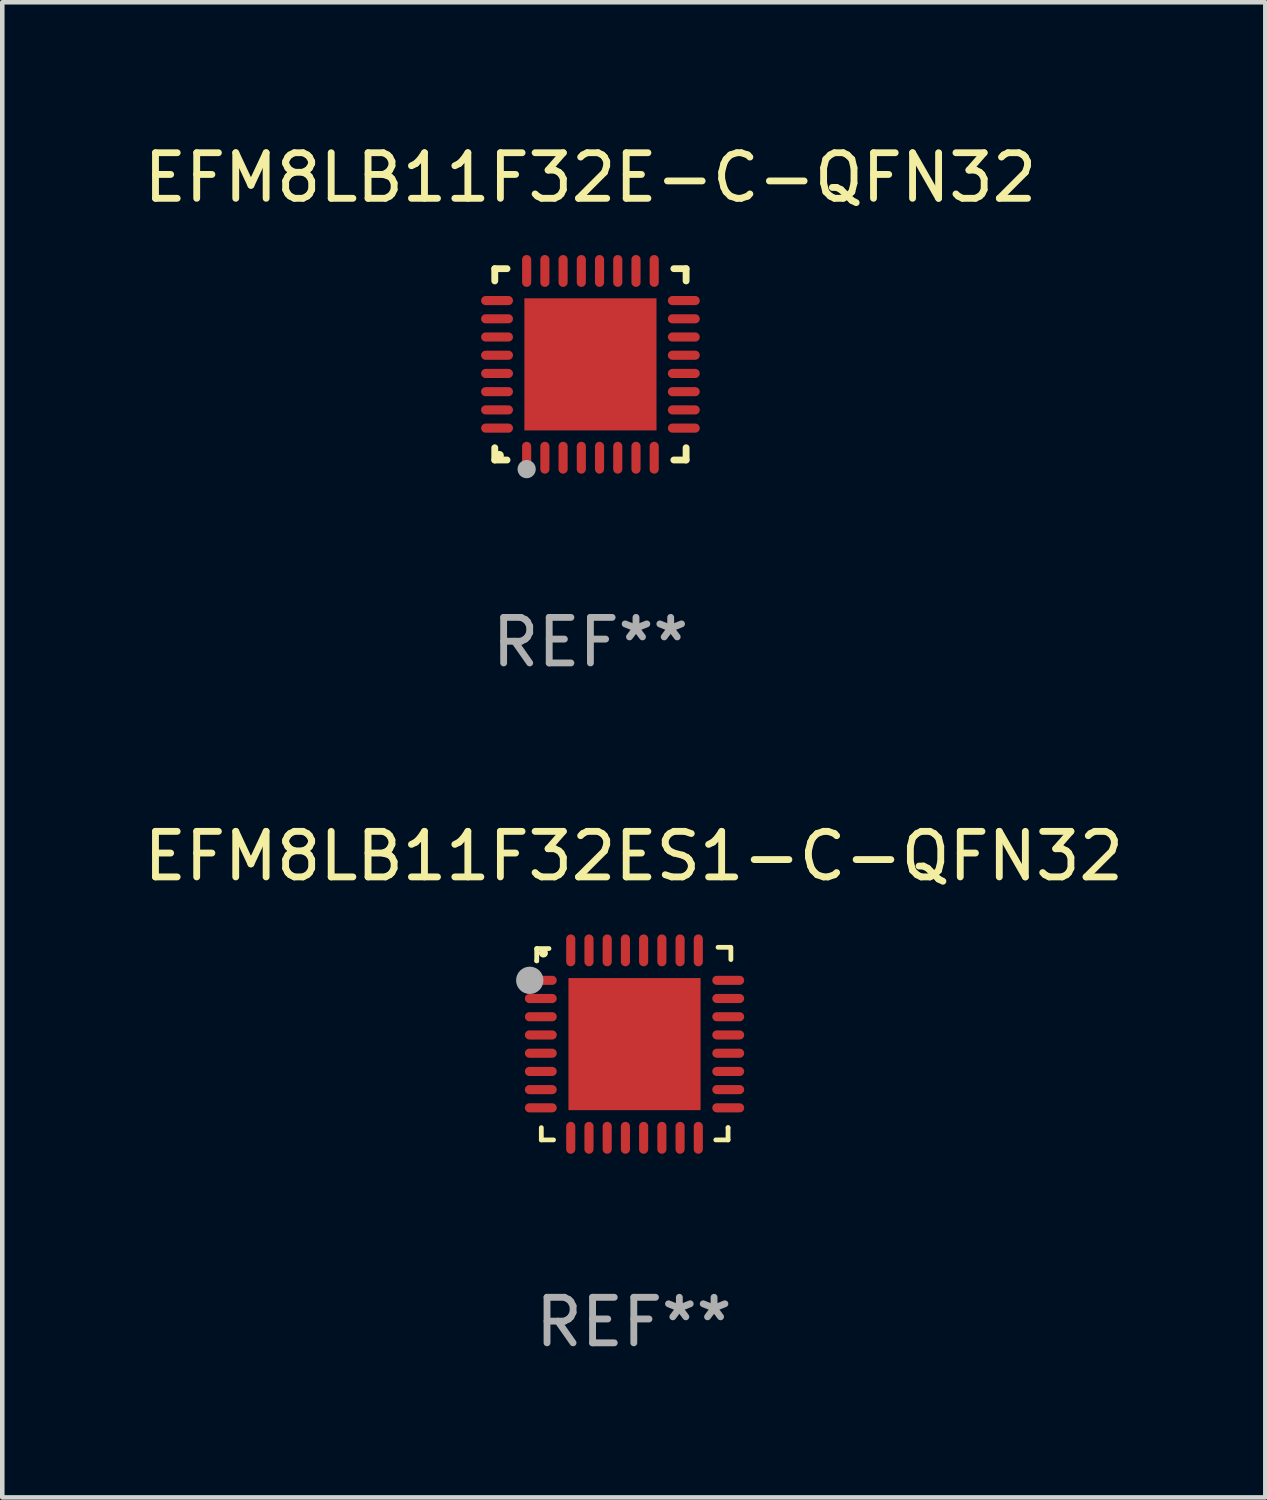
<source format=kicad_pcb>
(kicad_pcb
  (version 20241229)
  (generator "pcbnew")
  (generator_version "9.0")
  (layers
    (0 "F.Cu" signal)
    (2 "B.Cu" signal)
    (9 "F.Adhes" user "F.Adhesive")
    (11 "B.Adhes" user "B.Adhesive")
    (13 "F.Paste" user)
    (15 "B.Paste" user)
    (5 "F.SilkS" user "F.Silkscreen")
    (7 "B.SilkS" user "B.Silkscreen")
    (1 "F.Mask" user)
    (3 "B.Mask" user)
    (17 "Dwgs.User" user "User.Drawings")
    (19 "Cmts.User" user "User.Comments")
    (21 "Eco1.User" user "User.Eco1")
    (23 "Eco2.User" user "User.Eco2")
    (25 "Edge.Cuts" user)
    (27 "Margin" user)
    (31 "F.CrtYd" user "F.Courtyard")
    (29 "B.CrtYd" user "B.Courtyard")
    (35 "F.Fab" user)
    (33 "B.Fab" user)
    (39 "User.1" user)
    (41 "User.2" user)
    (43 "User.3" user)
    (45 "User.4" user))
  (footprint "EFM8LB11F32ES1-C-QFN32"
    (layer "F.Cu")
    (at 10.863 19.859)
    (property "Reference" "EFM8LB11F32ES1-C-QFN32" (at 0 -4.114 0) (layer "F.SilkS") (effects (font (size 1 1) (thickness 0.15))))
    (attr through_hole)
    (fp_line (start -2.131 -2.081) (end -2.131 -1.817) (stroke (width 0.105) (type solid)) (layer "F.SilkS"))
    (fp_line (start -2.131 -1.817) (end -2.131 -1.817) (stroke (width 0.105) (type solid)) (layer "F.SilkS"))
    (fp_line (start -2.126 -2.086) (end -2.131 -2.081) (stroke (width 0.105) (type solid)) (layer "F.SilkS"))
    (fp_line (start -2.03 1.845) (end -2.03 2.114) (stroke (width 0.105) (type solid)) (layer "F.SilkS"))
    (fp_line (start -2.03 2.114) (end -1.762 2.114) (stroke (width 0.105) (type solid)) (layer "F.SilkS"))
    (fp_line (start -1.862 -2.086) (end -2.126 -2.086) (stroke (width 0.105) (type solid)) (layer "F.SilkS"))
    (fp_line (start 1.8 2.114) (end 2.069 2.114) (stroke (width 0.105) (type solid)) (layer "F.SilkS"))
    (fp_line (start 2.069 1.845) (end 2.069 1.845) (stroke (width 0.105) (type solid)) (layer "F.SilkS"))
    (fp_line (start 2.069 2.114) (end 2.069 1.845) (stroke (width 0.105) (type solid)) (layer "F.SilkS"))
    (fp_line (start 2.118 -2.114) (end 1.849 -2.114) (stroke (width 0.105) (type solid)) (layer "F.SilkS"))
    (fp_line (start 2.131 -1.845) (end 2.131 -2.114) (stroke (width 0.105) (type solid)) (layer "F.SilkS"))
    (fp_circle (center -1.984 -1.989) (end -1.934 -1.989) (stroke (width 0.1) (type solid)) (fill no) (layer "F.SilkS"))
    (fp_circle (center -2.284 -1.389) (end -2.134 -1.389) (stroke (width 0.3) (type solid)) (fill no) (layer "F.Fab"))
    (fp_text user "REF**" (at 0 6.114 0) (layer "F.Fab") (effects (font (size 1 1) (thickness 0.15))))
    (pad "1" smd oval (at -2.041 -1.389) (size 0.7 0.2) (layers "F.Cu" "F.Mask" "F.Paste"))
    (pad "2" smd oval (at -2.041 -0.99) (size 0.7 0.2) (layers "F.Cu" "F.Mask" "F.Paste"))
    (pad "3" smd oval (at -2.041 -0.59) (size 0.7 0.2) (layers "F.Cu" "F.Mask" "F.Paste"))
    (pad "4" smd oval (at -2.041 -0.19) (size 0.7 0.2) (layers "F.Cu" "F.Mask" "F.Paste"))
    (pad "5" smd oval (at -2.041 0.211) (size 0.7 0.2) (layers "F.Cu" "F.Mask" "F.Paste"))
    (pad "6" smd oval (at -2.041 0.611) (size 0.7 0.2) (layers "F.Cu" "F.Mask" "F.Paste"))
    (pad "7" smd oval (at -2.041 1.01) (size 0.7 0.2) (layers "F.Cu" "F.Mask" "F.Paste"))
    (pad "8" smd oval (at -2.041 1.41) (size 0.7 0.2) (layers "F.Cu" "F.Mask" "F.Paste"))
    (pad "9" smd oval (at -1.384 2.068) (size 0.2 0.7) (layers "F.Cu" "F.Mask" "F.Paste"))
    (pad "10" smd oval (at -0.984 2.068) (size 0.2 0.7) (layers "F.Cu" "F.Mask" "F.Paste"))
    (pad "11" smd oval (at -0.584 2.068) (size 0.2 0.7) (layers "F.Cu" "F.Mask" "F.Paste"))
    (pad "12" smd oval (at -0.184 2.068) (size 0.2 0.7) (layers "F.Cu" "F.Mask" "F.Paste"))
    (pad "13" smd oval (at 0.216 2.068) (size 0.2 0.7) (layers "F.Cu" "F.Mask" "F.Paste"))
    (pad "14" smd oval (at 0.616 2.068) (size 0.2 0.7) (layers "F.Cu" "F.Mask" "F.Paste"))
    (pad "15" smd oval (at 1.016 2.068) (size 0.2 0.7) (layers "F.Cu" "F.Mask" "F.Paste"))
    (pad "16" smd oval (at 1.416 2.068) (size 0.2 0.7) (layers "F.Cu" "F.Mask" "F.Paste"))
    (pad "17" smd oval (at 2.073 1.41) (size 0.7 0.2) (layers "F.Cu" "F.Mask" "F.Paste"))
    (pad "18" smd oval (at 2.073 1.01) (size 0.7 0.2) (layers "F.Cu" "F.Mask" "F.Paste"))
    (pad "19" smd oval (at 2.073 0.611) (size 0.7 0.2) (layers "F.Cu" "F.Mask" "F.Paste"))
    (pad "20" smd oval (at 2.073 0.211) (size 0.7 0.2) (layers "F.Cu" "F.Mask" "F.Paste"))
    (pad "21" smd oval (at 2.073 -0.19) (size 0.7 0.2) (layers "F.Cu" "F.Mask" "F.Paste"))
    (pad "22" smd oval (at 2.073 -0.59) (size 0.7 0.2) (layers "F.Cu" "F.Mask" "F.Paste"))
    (pad "23" smd oval (at 2.073 -0.99) (size 0.7 0.2) (layers "F.Cu" "F.Mask" "F.Paste"))
    (pad "24" smd oval (at 2.073 -1.389) (size 0.7 0.2) (layers "F.Cu" "F.Mask" "F.Paste"))
    (pad "25" smd oval (at 1.416 -2.047) (size 0.2 0.7) (layers "F.Cu" "F.Mask" "F.Paste"))
    (pad "26" smd oval (at 1.016 -2.047) (size 0.2 0.7) (layers "F.Cu" "F.Mask" "F.Paste"))
    (pad "27" smd oval (at 0.616 -2.047) (size 0.2 0.7) (layers "F.Cu" "F.Mask" "F.Paste"))
    (pad "28" smd oval (at 0.216 -2.047) (size 0.2 0.7) (layers "F.Cu" "F.Mask" "F.Paste"))
    (pad "29" smd oval (at -0.184 -2.047) (size 0.2 0.7) (layers "F.Cu" "F.Mask" "F.Paste"))
    (pad "30" smd oval (at -0.584 -2.047) (size 0.2 0.7) (layers "F.Cu" "F.Mask" "F.Paste"))
    (pad "31" smd oval (at -0.984 -2.047) (size 0.2 0.7) (layers "F.Cu" "F.Mask" "F.Paste"))
    (pad "32" smd oval (at -1.384 -2.047) (size 0.2 0.7) (layers "F.Cu" "F.Mask" "F.Paste"))
    (pad "33" smd rect (at 0.016 0.011 180) (size 2.9 2.9) (layers "F.Cu" "F.Mask" "F.Paste")))
  (footprint "EFM8LB11F32E-C-QFN32"
    (layer "F.Cu")
    (at 9.911 4.948)
    (property "Reference" "EFM8LB11F32E-C-QFN32" (at 0 -4.1 0) (layer "F.SilkS") (effects (font (size 1 1) (thickness 0.15))))
    (attr through_hole)
    (fp_line (start -2.1 -2.1) (end -1.831 -2.1) (stroke (width 0.15) (type solid)) (layer "F.SilkS"))
    (fp_line (start -2.1 -1.831) (end -2.1 -2.1) (stroke (width 0.15) (type solid)) (layer "F.SilkS"))
    (fp_line (start -2.1 2.1) (end -2.1 1.831) (stroke (width 0.15) (type solid)) (layer "F.SilkS"))
    (fp_line (start -1.831 2.1) (end -2.1 2.1) (stroke (width 0.15) (type solid)) (layer "F.SilkS"))
    (fp_line (start 1.831 -2.1) (end 2.1 -2.1) (stroke (width 0.15) (type solid)) (layer "F.SilkS"))
    (fp_line (start 2.1 -2.1) (end 2.1 -1.831) (stroke (width 0.15) (type solid)) (layer "F.SilkS"))
    (fp_line (start 2.1 1.831) (end 2.1 2.1) (stroke (width 0.15) (type solid)) (layer "F.SilkS"))
    (fp_line (start 2.1 2.1) (end 1.831 2.1) (stroke (width 0.15) (type solid)) (layer "F.SilkS"))
    (fp_circle (center -2 2) (end -1.95 2) (stroke (width 0.1) (type solid)) (fill no) (layer "F.SilkS"))
    (fp_circle (center -1.4 2.3) (end -1.3 2.3) (stroke (width 0.2) (type solid)) (fill no) (layer "F.Fab"))
    (fp_text user "REF**" (at 0 6.1 0) (layer "F.Fab") (effects (font (size 1 1) (thickness 0.15))))
    (pad "1" smd oval (at -1.4 2.05) (size 0.2 0.7) (layers "F.Cu" "F.Mask" "F.Paste"))
    (pad "2" smd oval (at -1 2.05) (size 0.2 0.7) (layers "F.Cu" "F.Mask" "F.Paste"))
    (pad "3" smd oval (at -0.6 2.05) (size 0.2 0.7) (layers "F.Cu" "F.Mask" "F.Paste"))
    (pad "4" smd oval (at -0.2 2.05) (size 0.2 0.7) (layers "F.Cu" "F.Mask" "F.Paste"))
    (pad "5" smd oval (at 0.2 2.05) (size 0.2 0.7) (layers "F.Cu" "F.Mask" "F.Paste"))
    (pad "6" smd oval (at 0.6 2.05) (size 0.2 0.7) (layers "F.Cu" "F.Mask" "F.Paste"))
    (pad "7" smd oval (at 1 2.05) (size 0.2 0.7) (layers "F.Cu" "F.Mask" "F.Paste"))
    (pad "8" smd oval (at 1.4 2.05) (size 0.2 0.7) (layers "F.Cu" "F.Mask" "F.Paste"))
    (pad "9" smd oval (at 2.05 1.4) (size 0.7 0.2) (layers "F.Cu" "F.Mask" "F.Paste"))
    (pad "10" smd oval (at 2.05 1) (size 0.7 0.2) (layers "F.Cu" "F.Mask" "F.Paste"))
    (pad "11" smd oval (at 2.05 0.6) (size 0.7 0.2) (layers "F.Cu" "F.Mask" "F.Paste"))
    (pad "12" smd oval (at 2.05 0.2) (size 0.7 0.2) (layers "F.Cu" "F.Mask" "F.Paste"))
    (pad "13" smd oval (at 2.05 -0.2) (size 0.7 0.2) (layers "F.Cu" "F.Mask" "F.Paste"))
    (pad "14" smd oval (at 2.05 -0.6) (size 0.7 0.2) (layers "F.Cu" "F.Mask" "F.Paste"))
    (pad "15" smd oval (at 2.05 -1) (size 0.7 0.2) (layers "F.Cu" "F.Mask" "F.Paste"))
    (pad "16" smd oval (at 2.05 -1.4) (size 0.7 0.2) (layers "F.Cu" "F.Mask" "F.Paste"))
    (pad "17" smd oval (at 1.4 -2.05) (size 0.2 0.7) (layers "F.Cu" "F.Mask" "F.Paste"))
    (pad "18" smd oval (at 1 -2.05) (size 0.2 0.7) (layers "F.Cu" "F.Mask" "F.Paste"))
    (pad "19" smd oval (at 0.6 -2.05) (size 0.2 0.7) (layers "F.Cu" "F.Mask" "F.Paste"))
    (pad "20" smd oval (at 0.2 -2.05) (size 0.2 0.7) (layers "F.Cu" "F.Mask" "F.Paste"))
    (pad "21" smd oval (at -0.2 -2.05) (size 0.2 0.7) (layers "F.Cu" "F.Mask" "F.Paste"))
    (pad "22" smd oval (at -0.6 -2.05) (size 0.2 0.7) (layers "F.Cu" "F.Mask" "F.Paste"))
    (pad "23" smd oval (at -1 -2.05) (size 0.2 0.7) (layers "F.Cu" "F.Mask" "F.Paste"))
    (pad "24" smd oval (at -1.4 -2.05) (size 0.2 0.7) (layers "F.Cu" "F.Mask" "F.Paste"))
    (pad "25" smd oval (at -2.05 -1.4) (size 0.7 0.2) (layers "F.Cu" "F.Mask" "F.Paste"))
    (pad "26" smd oval (at -2.05 -1) (size 0.7 0.2) (layers "F.Cu" "F.Mask" "F.Paste"))
    (pad "27" smd oval (at -2.05 -0.6) (size 0.7 0.2) (layers "F.Cu" "F.Mask" "F.Paste"))
    (pad "28" smd oval (at -2.05 -0.2) (size 0.7 0.2) (layers "F.Cu" "F.Mask" "F.Paste"))
    (pad "29" smd oval (at -2.05 0.2) (size 0.7 0.2) (layers "F.Cu" "F.Mask" "F.Paste"))
    (pad "30" smd oval (at -2.05 0.6) (size 0.7 0.2) (layers "F.Cu" "F.Mask" "F.Paste"))
    (pad "31" smd oval (at -2.05 1) (size 0.7 0.2) (layers "F.Cu" "F.Mask" "F.Paste"))
    (pad "32" smd oval (at -2.05 1.4) (size 0.7 0.2) (layers "F.Cu" "F.Mask" "F.Paste"))
    (pad "33" smd rect (at 0.000356 0.000254) (size 2.9 2.9) (layers "F.Cu" "F.Mask" "F.Paste")))
  (gr_rect
    (start -3 -3)
    (end 24.726 29.821)
    (stroke (width 0.1) (type default))
    (fill no)
    (layer "Edge.Cuts")))
</source>
